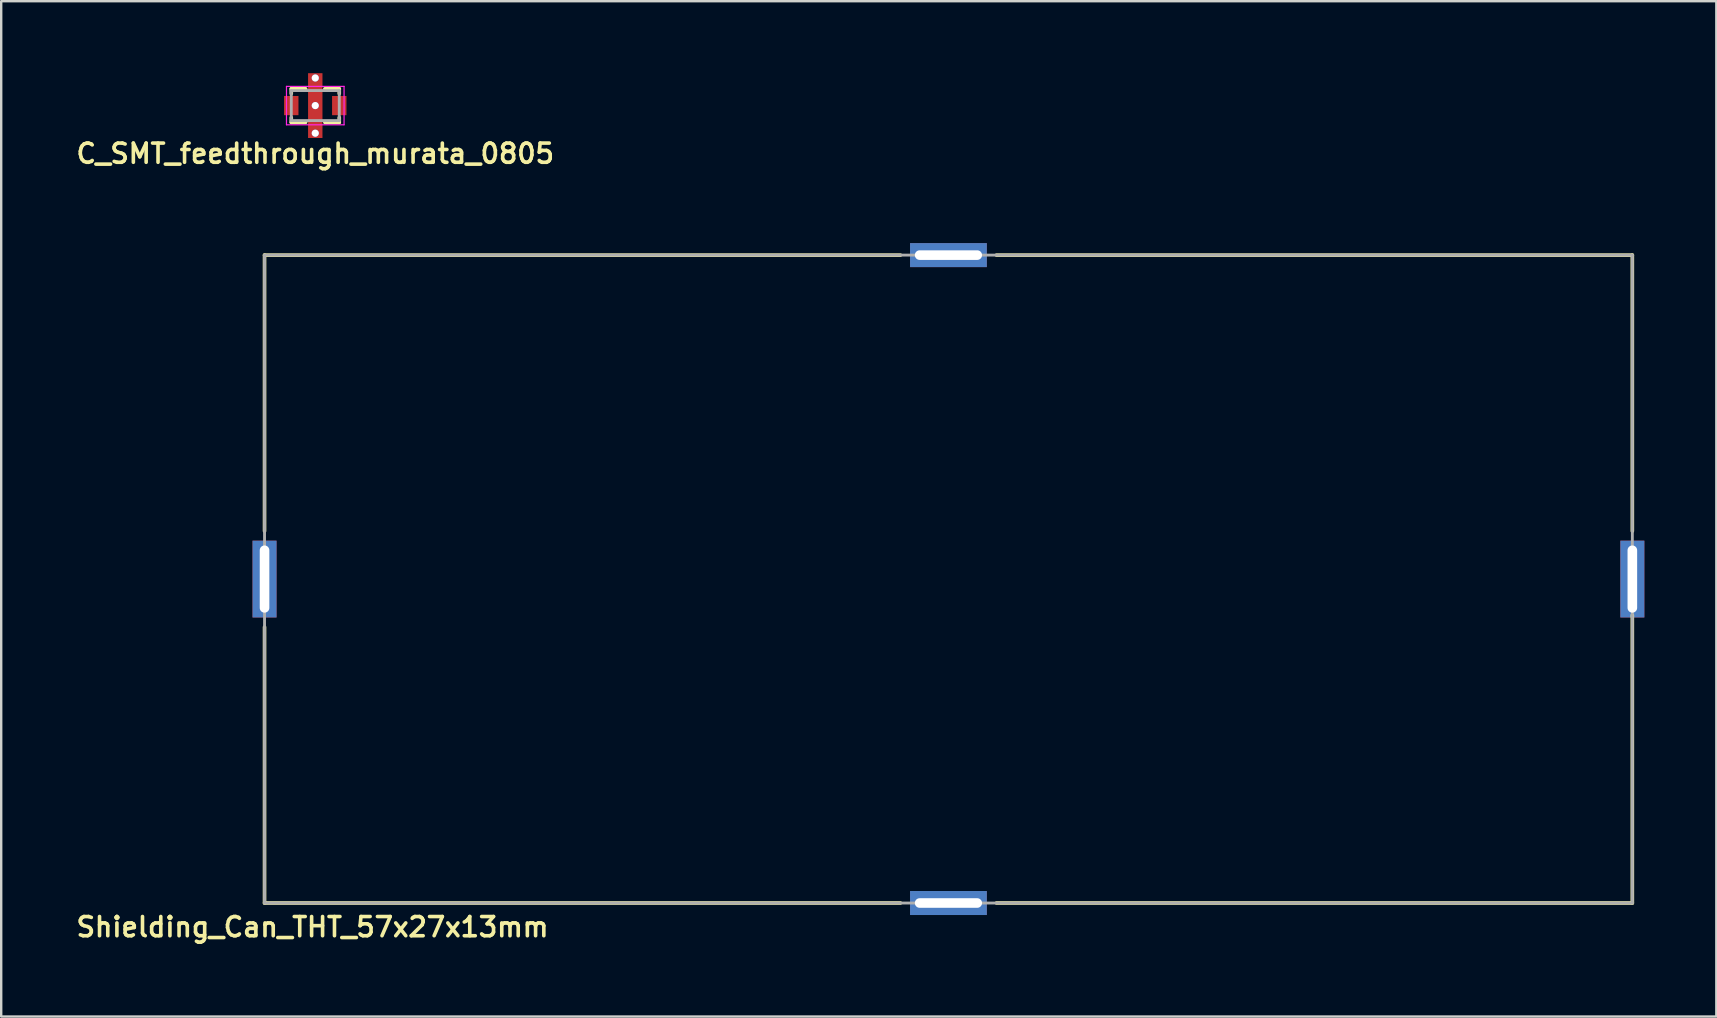
<source format=kicad_pcb>
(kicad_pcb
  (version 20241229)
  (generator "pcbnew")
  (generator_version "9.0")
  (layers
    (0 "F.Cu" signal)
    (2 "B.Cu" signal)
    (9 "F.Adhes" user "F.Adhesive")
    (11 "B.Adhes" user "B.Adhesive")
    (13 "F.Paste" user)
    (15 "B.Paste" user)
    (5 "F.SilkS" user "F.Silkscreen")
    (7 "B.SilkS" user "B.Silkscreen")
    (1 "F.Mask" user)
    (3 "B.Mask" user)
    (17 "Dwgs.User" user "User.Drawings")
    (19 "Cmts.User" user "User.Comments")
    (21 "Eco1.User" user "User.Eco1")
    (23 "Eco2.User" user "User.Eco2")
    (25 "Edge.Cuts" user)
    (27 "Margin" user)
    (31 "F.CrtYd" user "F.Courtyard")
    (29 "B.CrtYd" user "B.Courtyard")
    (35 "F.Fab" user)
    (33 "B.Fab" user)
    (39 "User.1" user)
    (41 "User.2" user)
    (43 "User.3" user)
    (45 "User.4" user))
  (footprint "C_SMT_feedthrough_murata_0805"
    (layer "F.Cu")
    (at 10.088 1.35)
    (property "Reference" "C_SMT_feedthrough_murata_0805" (at 0 2 0) (layer "F.SilkS") (effects (font (size 0.8 0.8) (thickness 0.15))))
    (attr through_hole)
    (fp_poly (pts (xy 0.3 -0.3) (xy -0.3 -0.3) (xy -0.3 -0.95) (xy 0.3 -0.95)) (stroke (width 0.01) (type solid)) (fill yes) (layer "F.Mask"))
    (fp_poly (pts (xy 0.3 0.95) (xy -0.3 0.95) (xy -0.3 0.3) (xy 0.3 0.3)) (stroke (width 0.01) (type solid)) (fill yes) (layer "F.Mask"))
    (fp_line (start -1 -0.7) (end -0.4 -0.7) (stroke (width 0.15) (type solid)) (layer "F.SilkS"))
    (fp_line (start -1 -0.5) (end -1 -0.7) (stroke (width 0.15) (type solid)) (layer "F.SilkS"))
    (fp_line (start -1 0.5) (end -1 0.7) (stroke (width 0.15) (type solid)) (layer "F.SilkS"))
    (fp_line (start -1 0.7) (end -0.4 0.7) (stroke (width 0.15) (type solid)) (layer "F.SilkS"))
    (fp_line (start 0.4 -0.7) (end 1 -0.7) (stroke (width 0.15) (type solid)) (layer "F.SilkS"))
    (fp_line (start 1 -0.7) (end 1 -0.5) (stroke (width 0.15) (type solid)) (layer "F.SilkS"))
    (fp_line (start 1 0.5) (end 1 0.7) (stroke (width 0.15) (type solid)) (layer "F.SilkS"))
    (fp_line (start 1 0.7) (end 0.4 0.7) (stroke (width 0.15) (type solid)) (layer "F.SilkS"))
    (fp_poly (pts (xy 0.3 -0.3) (xy -0.3 -0.3) (xy -0.3 -0.95) (xy 0.3 -0.95)) (stroke (width 0.01) (type solid)) (fill yes) (layer "F.Paste"))
    (fp_poly (pts (xy 0.3 0.95) (xy -0.3 0.95) (xy -0.3 0.3) (xy 0.3 0.3)) (stroke (width 0.01) (type solid)) (fill yes) (layer "F.Paste"))
    (fp_line (start -1.2 -0.8) (end 1.2 -0.8) (stroke (width 0.05) (type solid)) (layer "F.CrtYd"))
    (fp_line (start -1.2 0.8) (end -1.2 -0.8) (stroke (width 0.05) (type solid)) (layer "F.CrtYd"))
    (fp_line (start 1.2 -0.8) (end 1.2 0.8) (stroke (width 0.05) (type solid)) (layer "F.CrtYd"))
    (fp_line (start 1.2 0.8) (end -1.2 0.8) (stroke (width 0.05) (type solid)) (layer "F.CrtYd"))
    (fp_line (start -1 -0.625) (end 1 -0.625) (stroke (width 0.12) (type solid)) (layer "F.Fab"))
    (fp_line (start -1 0.625) (end -1 -0.625) (stroke (width 0.12) (type solid)) (layer "F.Fab"))
    (fp_line (start 1 -0.625) (end 1 0.625) (stroke (width 0.12) (type solid)) (layer "F.Fab"))
    (fp_line (start 1 0.625) (end -1 0.625) (stroke (width 0.12) (type solid)) (layer "F.Fab"))
    (pad "1" smd rect (at -1 0) (size 0.6 0.8) (layers "F.Cu" "F.Mask" "F.Paste"))
    (pad "2" thru_hole circle (at 0 -1.15) (size 0.3 0.3) (drill 0.3) (layers "*.Cu" "*.Mask"))
    (pad "2" thru_hole circle (at 0 0) (size 0.3 0.3) (drill 0.3) (layers "*.Cu" "*.Mask"))
    (pad "2" smd rect (at 0 0) (size 0.6 2.7) (layers "F.Cu"))
    (pad "2" thru_hole circle (at 0 1.15) (size 0.3 0.3) (drill 0.3) (layers "*.Cu" "*.Mask"))
    (pad "3" smd rect (at 1 0) (size 0.6 0.8) (layers "F.Cu" "F.Mask" "F.Paste")))
  (footprint "Shielding_Can_THT_57x27x13mm"
    (layer "F.Cu")
    (at 36.474 21.081)
    (property "Reference" "Shielding_Can_THT_57x27x13mm" (at -26.5 14.5 0) (layer "F.SilkS") (effects (font (size 0.8 0.8) (thickness 0.15))))
    (attr through_hole)
    (fp_line (start -28.5 -13.5) (end -2 -13.5) (stroke (width 0.15) (type solid)) (layer "F.SilkS"))
    (fp_line (start -28.5 -2) (end -28.5 -13.5) (stroke (width 0.15) (type solid)) (layer "F.SilkS"))
    (fp_line (start -28.5 13.5) (end -28.5 2) (stroke (width 0.15) (type solid)) (layer "F.SilkS"))
    (fp_line (start -2 13.5) (end -28.5 13.5) (stroke (width 0.15) (type solid)) (layer "F.SilkS"))
    (fp_line (start 2 -13.5) (end 28.5 -13.5) (stroke (width 0.15) (type solid)) (layer "F.SilkS"))
    (fp_line (start 28.5 -13.5) (end 28.5 -2) (stroke (width 0.15) (type solid)) (layer "F.SilkS"))
    (fp_line (start 28.5 1.5) (end 28.5 13.5) (stroke (width 0.15) (type solid)) (layer "F.SilkS"))
    (fp_line (start 28.5 13.5) (end 2 13.5) (stroke (width 0.15) (type solid)) (layer "F.SilkS"))
    (fp_line (start -28.5 -13.5) (end 28.5 -13.5) (stroke (width 0.12) (type solid)) (layer "F.Fab"))
    (fp_line (start -28.5 0) (end -28.5 -13.5) (stroke (width 0.12) (type solid)) (layer "F.Fab"))
    (fp_line (start -28.5 13.5) (end -28.5 0) (stroke (width 0.12) (type solid)) (layer "F.Fab"))
    (fp_line (start 28.5 -13.5) (end 28.5 13.5) (stroke (width 0.12) (type solid)) (layer "F.Fab"))
    (fp_line (start 28.5 13.5) (end -28.5 13.5) (stroke (width 0.12) (type solid)) (layer "F.Fab"))
    (pad "1" thru_hole rect (at -28.5 0 90) (size 3.2 1) (drill oval 2.8 0.4) (layers "*.Cu" "*.Mask"))
    (pad "1" thru_hole rect (at 0 -13.5) (size 3.2 1) (drill oval 2.8 0.4) (layers "*.Cu" "*.Mask"))
    (pad "1" thru_hole rect (at 0 13.5) (size 3.2 1) (drill oval 2.8 0.4) (layers "*.Cu" "*.Mask"))
    (pad "1" thru_hole rect (at 28.5 0 90) (size 3.2 1) (drill oval 2.8 0.4) (layers "*.Cu" "*.Mask")))
  (gr_rect
    (start -3 -3)
    (end 68.474 39.312)
    (stroke (width 0.1) (type default))
    (fill no)
    (layer "Edge.Cuts")))
</source>
